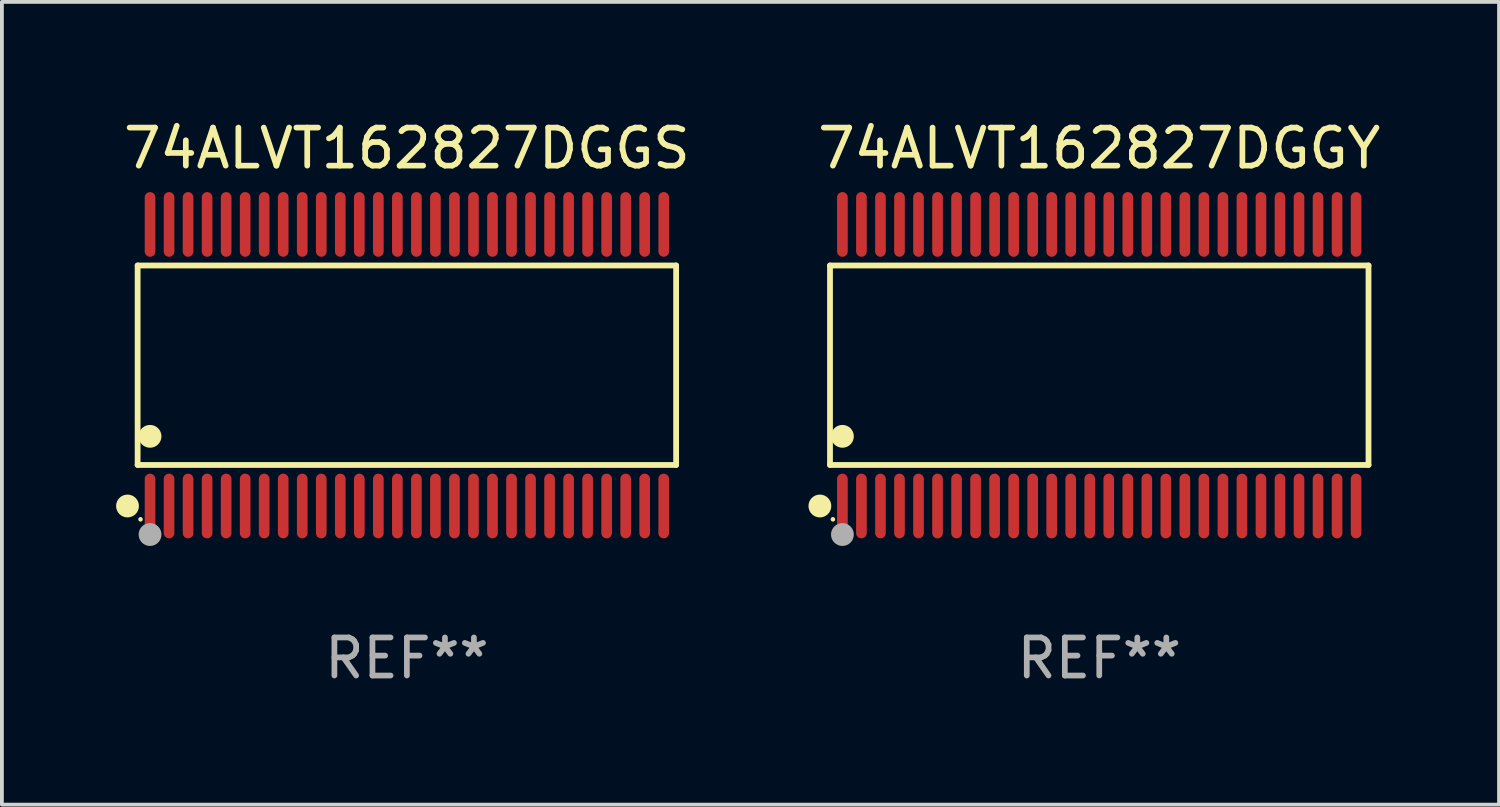
<source format=kicad_pcb>
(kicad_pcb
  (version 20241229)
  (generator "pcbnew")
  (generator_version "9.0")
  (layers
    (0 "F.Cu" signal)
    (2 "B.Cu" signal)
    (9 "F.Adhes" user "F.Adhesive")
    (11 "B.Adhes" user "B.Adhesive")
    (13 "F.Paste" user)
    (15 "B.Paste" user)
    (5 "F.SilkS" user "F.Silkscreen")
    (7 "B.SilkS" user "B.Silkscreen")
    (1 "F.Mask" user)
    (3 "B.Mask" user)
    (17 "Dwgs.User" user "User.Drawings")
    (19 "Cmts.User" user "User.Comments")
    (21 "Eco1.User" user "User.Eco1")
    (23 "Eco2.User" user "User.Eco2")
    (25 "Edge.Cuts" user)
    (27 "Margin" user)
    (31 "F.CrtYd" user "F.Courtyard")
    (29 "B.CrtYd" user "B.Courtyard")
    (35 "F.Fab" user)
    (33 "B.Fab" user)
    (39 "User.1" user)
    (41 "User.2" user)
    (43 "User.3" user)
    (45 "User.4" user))
  (footprint "74ALVT162827DGGS"
    (layer "F.Cu")
    (at 7.643 6.548)
    (property "Reference" "74ALVT162827DGGS" (at 0 -5.7 0) (layer "F.SilkS") (effects (font (size 1 1) (thickness 0.15))))
    (attr through_hole)
    (fp_line (start -7.076 -2.621) (end 7.076 -2.621) (stroke (width 0.152) (type solid)) (layer "F.SilkS"))
    (fp_line (start -7.076 2.621) (end -7.076 -2.621) (stroke (width 0.152) (type solid)) (layer "F.SilkS"))
    (fp_line (start 7.076 -2.621) (end 7.076 2.621) (stroke (width 0.152) (type solid)) (layer "F.SilkS"))
    (fp_line (start 7.076 2.621) (end -7.076 2.621) (stroke (width 0.152) (type solid)) (layer "F.SilkS"))
    (fp_circle (center -7.342 3.7) (end -7.192 3.7) (stroke (width 0.3) (type solid)) (fill no) (layer "F.SilkS"))
    (fp_circle (center -7 4.05) (end -6.97 4.05) (stroke (width 0.06) (type solid)) (fill no) (layer "F.SilkS"))
    (fp_circle (center -6.75 1.869) (end -6.6 1.869) (stroke (width 0.3) (type solid)) (fill no) (layer "F.SilkS"))
    (fp_circle (center -6.75 4.45) (end -6.6 4.45) (stroke (width 0.3) (type solid)) (fill no) (layer "F.Fab"))
    (fp_text user "REF**" (at 0 7.7 0) (layer "F.Fab") (effects (font (size 1 1) (thickness 0.15))))
    (pad "1" smd oval (at -6.75 3.7) (size 0.28 1.7) (layers "F.Cu" "F.Mask" "F.Paste"))
    (pad "2" smd oval (at -6.25 3.7) (size 0.28 1.7) (layers "F.Cu" "F.Mask" "F.Paste"))
    (pad "3" smd oval (at -5.75 3.7) (size 0.28 1.7) (layers "F.Cu" "F.Mask" "F.Paste"))
    (pad "4" smd oval (at -5.25 3.7) (size 0.28 1.7) (layers "F.Cu" "F.Mask" "F.Paste"))
    (pad "5" smd oval (at -4.75 3.7) (size 0.28 1.7) (layers "F.Cu" "F.Mask" "F.Paste"))
    (pad "6" smd oval (at -4.25 3.7) (size 0.28 1.7) (layers "F.Cu" "F.Mask" "F.Paste"))
    (pad "7" smd oval (at -3.75 3.7) (size 0.28 1.7) (layers "F.Cu" "F.Mask" "F.Paste"))
    (pad "8" smd oval (at -3.25 3.7) (size 0.28 1.7) (layers "F.Cu" "F.Mask" "F.Paste"))
    (pad "9" smd oval (at -2.75 3.7) (size 0.28 1.7) (layers "F.Cu" "F.Mask" "F.Paste"))
    (pad "10" smd oval (at -2.25 3.7) (size 0.28 1.7) (layers "F.Cu" "F.Mask" "F.Paste"))
    (pad "11" smd oval (at -1.75 3.7) (size 0.28 1.7) (layers "F.Cu" "F.Mask" "F.Paste"))
    (pad "12" smd oval (at -1.25 3.7) (size 0.28 1.7) (layers "F.Cu" "F.Mask" "F.Paste"))
    (pad "13" smd oval (at -0.75 3.7) (size 0.28 1.7) (layers "F.Cu" "F.Mask" "F.Paste"))
    (pad "14" smd oval (at -0.25 3.7) (size 0.28 1.7) (layers "F.Cu" "F.Mask" "F.Paste"))
    (pad "15" smd oval (at 0.25 3.7) (size 0.28 1.7) (layers "F.Cu" "F.Mask" "F.Paste"))
    (pad "16" smd oval (at 0.75 3.7) (size 0.28 1.7) (layers "F.Cu" "F.Mask" "F.Paste"))
    (pad "17" smd oval (at 1.25 3.7) (size 0.28 1.7) (layers "F.Cu" "F.Mask" "F.Paste"))
    (pad "18" smd oval (at 1.75 3.7) (size 0.28 1.7) (layers "F.Cu" "F.Mask" "F.Paste"))
    (pad "19" smd oval (at 2.25 3.7) (size 0.28 1.7) (layers "F.Cu" "F.Mask" "F.Paste"))
    (pad "20" smd oval (at 2.75 3.7) (size 0.28 1.7) (layers "F.Cu" "F.Mask" "F.Paste"))
    (pad "21" smd oval (at 3.25 3.7) (size 0.28 1.7) (layers "F.Cu" "F.Mask" "F.Paste"))
    (pad "22" smd oval (at 3.75 3.7) (size 0.28 1.7) (layers "F.Cu" "F.Mask" "F.Paste"))
    (pad "23" smd oval (at 4.25 3.7) (size 0.28 1.7) (layers "F.Cu" "F.Mask" "F.Paste"))
    (pad "24" smd oval (at 4.75 3.7) (size 0.28 1.7) (layers "F.Cu" "F.Mask" "F.Paste"))
    (pad "25" smd oval (at 5.25 3.7) (size 0.28 1.7) (layers "F.Cu" "F.Mask" "F.Paste"))
    (pad "26" smd oval (at 5.75 3.7) (size 0.28 1.7) (layers "F.Cu" "F.Mask" "F.Paste"))
    (pad "27" smd oval (at 6.25 3.7) (size 0.28 1.7) (layers "F.Cu" "F.Mask" "F.Paste"))
    (pad "28" smd oval (at 6.75 3.7) (size 0.28 1.7) (layers "F.Cu" "F.Mask" "F.Paste"))
    (pad "29" smd oval (at 6.75 -3.7) (size 0.28 1.7) (layers "F.Cu" "F.Mask" "F.Paste"))
    (pad "30" smd oval (at 6.25 -3.7) (size 0.28 1.7) (layers "F.Cu" "F.Mask" "F.Paste"))
    (pad "31" smd oval (at 5.75 -3.7) (size 0.28 1.7) (layers "F.Cu" "F.Mask" "F.Paste"))
    (pad "32" smd oval (at 5.25 -3.7) (size 0.28 1.7) (layers "F.Cu" "F.Mask" "F.Paste"))
    (pad "33" smd oval (at 4.75 -3.7) (size 0.28 1.7) (layers "F.Cu" "F.Mask" "F.Paste"))
    (pad "34" smd oval (at 4.25 -3.7) (size 0.28 1.7) (layers "F.Cu" "F.Mask" "F.Paste"))
    (pad "35" smd oval (at 3.75 -3.7) (size 0.28 1.7) (layers "F.Cu" "F.Mask" "F.Paste"))
    (pad "36" smd oval (at 3.25 -3.7) (size 0.28 1.7) (layers "F.Cu" "F.Mask" "F.Paste"))
    (pad "37" smd oval (at 2.75 -3.7) (size 0.28 1.7) (layers "F.Cu" "F.Mask" "F.Paste"))
    (pad "38" smd oval (at 2.25 -3.7) (size 0.28 1.7) (layers "F.Cu" "F.Mask" "F.Paste"))
    (pad "39" smd oval (at 1.75 -3.7) (size 0.28 1.7) (layers "F.Cu" "F.Mask" "F.Paste"))
    (pad "40" smd oval (at 1.25 -3.7) (size 0.28 1.7) (layers "F.Cu" "F.Mask" "F.Paste"))
    (pad "41" smd oval (at 0.75 -3.7) (size 0.28 1.7) (layers "F.Cu" "F.Mask" "F.Paste"))
    (pad "42" smd oval (at 0.25 -3.7) (size 0.28 1.7) (layers "F.Cu" "F.Mask" "F.Paste"))
    (pad "43" smd oval (at -0.25 -3.7) (size 0.28 1.7) (layers "F.Cu" "F.Mask" "F.Paste"))
    (pad "44" smd oval (at -0.75 -3.7) (size 0.28 1.7) (layers "F.Cu" "F.Mask" "F.Paste"))
    (pad "45" smd oval (at -1.25 -3.7) (size 0.28 1.7) (layers "F.Cu" "F.Mask" "F.Paste"))
    (pad "46" smd oval (at -1.75 -3.7) (size 0.28 1.7) (layers "F.Cu" "F.Mask" "F.Paste"))
    (pad "47" smd oval (at -2.25 -3.7) (size 0.28 1.7) (layers "F.Cu" "F.Mask" "F.Paste"))
    (pad "48" smd oval (at -2.75 -3.7) (size 0.28 1.7) (layers "F.Cu" "F.Mask" "F.Paste"))
    (pad "49" smd oval (at -3.25 -3.7) (size 0.28 1.7) (layers "F.Cu" "F.Mask" "F.Paste"))
    (pad "50" smd oval (at -3.75 -3.7) (size 0.28 1.7) (layers "F.Cu" "F.Mask" "F.Paste"))
    (pad "51" smd oval (at -4.25 -3.7) (size 0.28 1.7) (layers "F.Cu" "F.Mask" "F.Paste"))
    (pad "52" smd oval (at -4.75 -3.7) (size 0.28 1.7) (layers "F.Cu" "F.Mask" "F.Paste"))
    (pad "53" smd oval (at -5.25 -3.7) (size 0.28 1.7) (layers "F.Cu" "F.Mask" "F.Paste"))
    (pad "54" smd oval (at -5.75 -3.7) (size 0.28 1.7) (layers "F.Cu" "F.Mask" "F.Paste"))
    (pad "55" smd oval (at -6.25 -3.7) (size 0.28 1.7) (layers "F.Cu" "F.Mask" "F.Paste"))
    (pad "56" smd oval (at -6.75 -3.7) (size 0.28 1.7) (layers "F.Cu" "F.Mask" "F.Paste")))
  (footprint "74ALVT162827DGGY"
    (layer "F.Cu")
    (at 25.839 6.548)
    (property "Reference" "74ALVT162827DGGY" (at 0 -5.7 0) (layer "F.SilkS") (effects (font (size 1 1) (thickness 0.15))))
    (attr through_hole)
    (fp_line (start -7.076 -2.621) (end 7.076 -2.621) (stroke (width 0.152) (type solid)) (layer "F.SilkS"))
    (fp_line (start -7.076 2.621) (end -7.076 -2.621) (stroke (width 0.152) (type solid)) (layer "F.SilkS"))
    (fp_line (start 7.076 -2.621) (end 7.076 2.621) (stroke (width 0.152) (type solid)) (layer "F.SilkS"))
    (fp_line (start 7.076 2.621) (end -7.076 2.621) (stroke (width 0.152) (type solid)) (layer "F.SilkS"))
    (fp_circle (center -7.342 3.7) (end -7.192 3.7) (stroke (width 0.3) (type solid)) (fill no) (layer "F.SilkS"))
    (fp_circle (center -7 4.05) (end -6.97 4.05) (stroke (width 0.06) (type solid)) (fill no) (layer "F.SilkS"))
    (fp_circle (center -6.75 1.869) (end -6.6 1.869) (stroke (width 0.3) (type solid)) (fill no) (layer "F.SilkS"))
    (fp_circle (center -6.75 4.45) (end -6.6 4.45) (stroke (width 0.3) (type solid)) (fill no) (layer "F.Fab"))
    (fp_text user "REF**" (at 0 7.7 0) (layer "F.Fab") (effects (font (size 1 1) (thickness 0.15))))
    (pad "1" smd oval (at -6.75 3.7) (size 0.28 1.7) (layers "F.Cu" "F.Mask" "F.Paste"))
    (pad "2" smd oval (at -6.25 3.7) (size 0.28 1.7) (layers "F.Cu" "F.Mask" "F.Paste"))
    (pad "3" smd oval (at -5.75 3.7) (size 0.28 1.7) (layers "F.Cu" "F.Mask" "F.Paste"))
    (pad "4" smd oval (at -5.25 3.7) (size 0.28 1.7) (layers "F.Cu" "F.Mask" "F.Paste"))
    (pad "5" smd oval (at -4.75 3.7) (size 0.28 1.7) (layers "F.Cu" "F.Mask" "F.Paste"))
    (pad "6" smd oval (at -4.25 3.7) (size 0.28 1.7) (layers "F.Cu" "F.Mask" "F.Paste"))
    (pad "7" smd oval (at -3.75 3.7) (size 0.28 1.7) (layers "F.Cu" "F.Mask" "F.Paste"))
    (pad "8" smd oval (at -3.25 3.7) (size 0.28 1.7) (layers "F.Cu" "F.Mask" "F.Paste"))
    (pad "9" smd oval (at -2.75 3.7) (size 0.28 1.7) (layers "F.Cu" "F.Mask" "F.Paste"))
    (pad "10" smd oval (at -2.25 3.7) (size 0.28 1.7) (layers "F.Cu" "F.Mask" "F.Paste"))
    (pad "11" smd oval (at -1.75 3.7) (size 0.28 1.7) (layers "F.Cu" "F.Mask" "F.Paste"))
    (pad "12" smd oval (at -1.25 3.7) (size 0.28 1.7) (layers "F.Cu" "F.Mask" "F.Paste"))
    (pad "13" smd oval (at -0.75 3.7) (size 0.28 1.7) (layers "F.Cu" "F.Mask" "F.Paste"))
    (pad "14" smd oval (at -0.25 3.7) (size 0.28 1.7) (layers "F.Cu" "F.Mask" "F.Paste"))
    (pad "15" smd oval (at 0.25 3.7) (size 0.28 1.7) (layers "F.Cu" "F.Mask" "F.Paste"))
    (pad "16" smd oval (at 0.75 3.7) (size 0.28 1.7) (layers "F.Cu" "F.Mask" "F.Paste"))
    (pad "17" smd oval (at 1.25 3.7) (size 0.28 1.7) (layers "F.Cu" "F.Mask" "F.Paste"))
    (pad "18" smd oval (at 1.75 3.7) (size 0.28 1.7) (layers "F.Cu" "F.Mask" "F.Paste"))
    (pad "19" smd oval (at 2.25 3.7) (size 0.28 1.7) (layers "F.Cu" "F.Mask" "F.Paste"))
    (pad "20" smd oval (at 2.75 3.7) (size 0.28 1.7) (layers "F.Cu" "F.Mask" "F.Paste"))
    (pad "21" smd oval (at 3.25 3.7) (size 0.28 1.7) (layers "F.Cu" "F.Mask" "F.Paste"))
    (pad "22" smd oval (at 3.75 3.7) (size 0.28 1.7) (layers "F.Cu" "F.Mask" "F.Paste"))
    (pad "23" smd oval (at 4.25 3.7) (size 0.28 1.7) (layers "F.Cu" "F.Mask" "F.Paste"))
    (pad "24" smd oval (at 4.75 3.7) (size 0.28 1.7) (layers "F.Cu" "F.Mask" "F.Paste"))
    (pad "25" smd oval (at 5.25 3.7) (size 0.28 1.7) (layers "F.Cu" "F.Mask" "F.Paste"))
    (pad "26" smd oval (at 5.75 3.7) (size 0.28 1.7) (layers "F.Cu" "F.Mask" "F.Paste"))
    (pad "27" smd oval (at 6.25 3.7) (size 0.28 1.7) (layers "F.Cu" "F.Mask" "F.Paste"))
    (pad "28" smd oval (at 6.75 3.7) (size 0.28 1.7) (layers "F.Cu" "F.Mask" "F.Paste"))
    (pad "29" smd oval (at 6.75 -3.7) (size 0.28 1.7) (layers "F.Cu" "F.Mask" "F.Paste"))
    (pad "30" smd oval (at 6.25 -3.7) (size 0.28 1.7) (layers "F.Cu" "F.Mask" "F.Paste"))
    (pad "31" smd oval (at 5.75 -3.7) (size 0.28 1.7) (layers "F.Cu" "F.Mask" "F.Paste"))
    (pad "32" smd oval (at 5.25 -3.7) (size 0.28 1.7) (layers "F.Cu" "F.Mask" "F.Paste"))
    (pad "33" smd oval (at 4.75 -3.7) (size 0.28 1.7) (layers "F.Cu" "F.Mask" "F.Paste"))
    (pad "34" smd oval (at 4.25 -3.7) (size 0.28 1.7) (layers "F.Cu" "F.Mask" "F.Paste"))
    (pad "35" smd oval (at 3.75 -3.7) (size 0.28 1.7) (layers "F.Cu" "F.Mask" "F.Paste"))
    (pad "36" smd oval (at 3.25 -3.7) (size 0.28 1.7) (layers "F.Cu" "F.Mask" "F.Paste"))
    (pad "37" smd oval (at 2.75 -3.7) (size 0.28 1.7) (layers "F.Cu" "F.Mask" "F.Paste"))
    (pad "38" smd oval (at 2.25 -3.7) (size 0.28 1.7) (layers "F.Cu" "F.Mask" "F.Paste"))
    (pad "39" smd oval (at 1.75 -3.7) (size 0.28 1.7) (layers "F.Cu" "F.Mask" "F.Paste"))
    (pad "40" smd oval (at 1.25 -3.7) (size 0.28 1.7) (layers "F.Cu" "F.Mask" "F.Paste"))
    (pad "41" smd oval (at 0.75 -3.7) (size 0.28 1.7) (layers "F.Cu" "F.Mask" "F.Paste"))
    (pad "42" smd oval (at 0.25 -3.7) (size 0.28 1.7) (layers "F.Cu" "F.Mask" "F.Paste"))
    (pad "43" smd oval (at -0.25 -3.7) (size 0.28 1.7) (layers "F.Cu" "F.Mask" "F.Paste"))
    (pad "44" smd oval (at -0.75 -3.7) (size 0.28 1.7) (layers "F.Cu" "F.Mask" "F.Paste"))
    (pad "45" smd oval (at -1.25 -3.7) (size 0.28 1.7) (layers "F.Cu" "F.Mask" "F.Paste"))
    (pad "46" smd oval (at -1.75 -3.7) (size 0.28 1.7) (layers "F.Cu" "F.Mask" "F.Paste"))
    (pad "47" smd oval (at -2.25 -3.7) (size 0.28 1.7) (layers "F.Cu" "F.Mask" "F.Paste"))
    (pad "48" smd oval (at -2.75 -3.7) (size 0.28 1.7) (layers "F.Cu" "F.Mask" "F.Paste"))
    (pad "49" smd oval (at -3.25 -3.7) (size 0.28 1.7) (layers "F.Cu" "F.Mask" "F.Paste"))
    (pad "50" smd oval (at -3.75 -3.7) (size 0.28 1.7) (layers "F.Cu" "F.Mask" "F.Paste"))
    (pad "51" smd oval (at -4.25 -3.7) (size 0.28 1.7) (layers "F.Cu" "F.Mask" "F.Paste"))
    (pad "52" smd oval (at -4.75 -3.7) (size 0.28 1.7) (layers "F.Cu" "F.Mask" "F.Paste"))
    (pad "53" smd oval (at -5.25 -3.7) (size 0.28 1.7) (layers "F.Cu" "F.Mask" "F.Paste"))
    (pad "54" smd oval (at -5.75 -3.7) (size 0.28 1.7) (layers "F.Cu" "F.Mask" "F.Paste"))
    (pad "55" smd oval (at -6.25 -3.7) (size 0.28 1.7) (layers "F.Cu" "F.Mask" "F.Paste"))
    (pad "56" smd oval (at -6.75 -3.7) (size 0.28 1.7) (layers "F.Cu" "F.Mask" "F.Paste")))
  (gr_rect
    (start -3 -3)
    (end 36.345 18.097)
    (stroke (width 0.1) (type default))
    (fill no)
    (layer "Edge.Cuts")))
</source>
